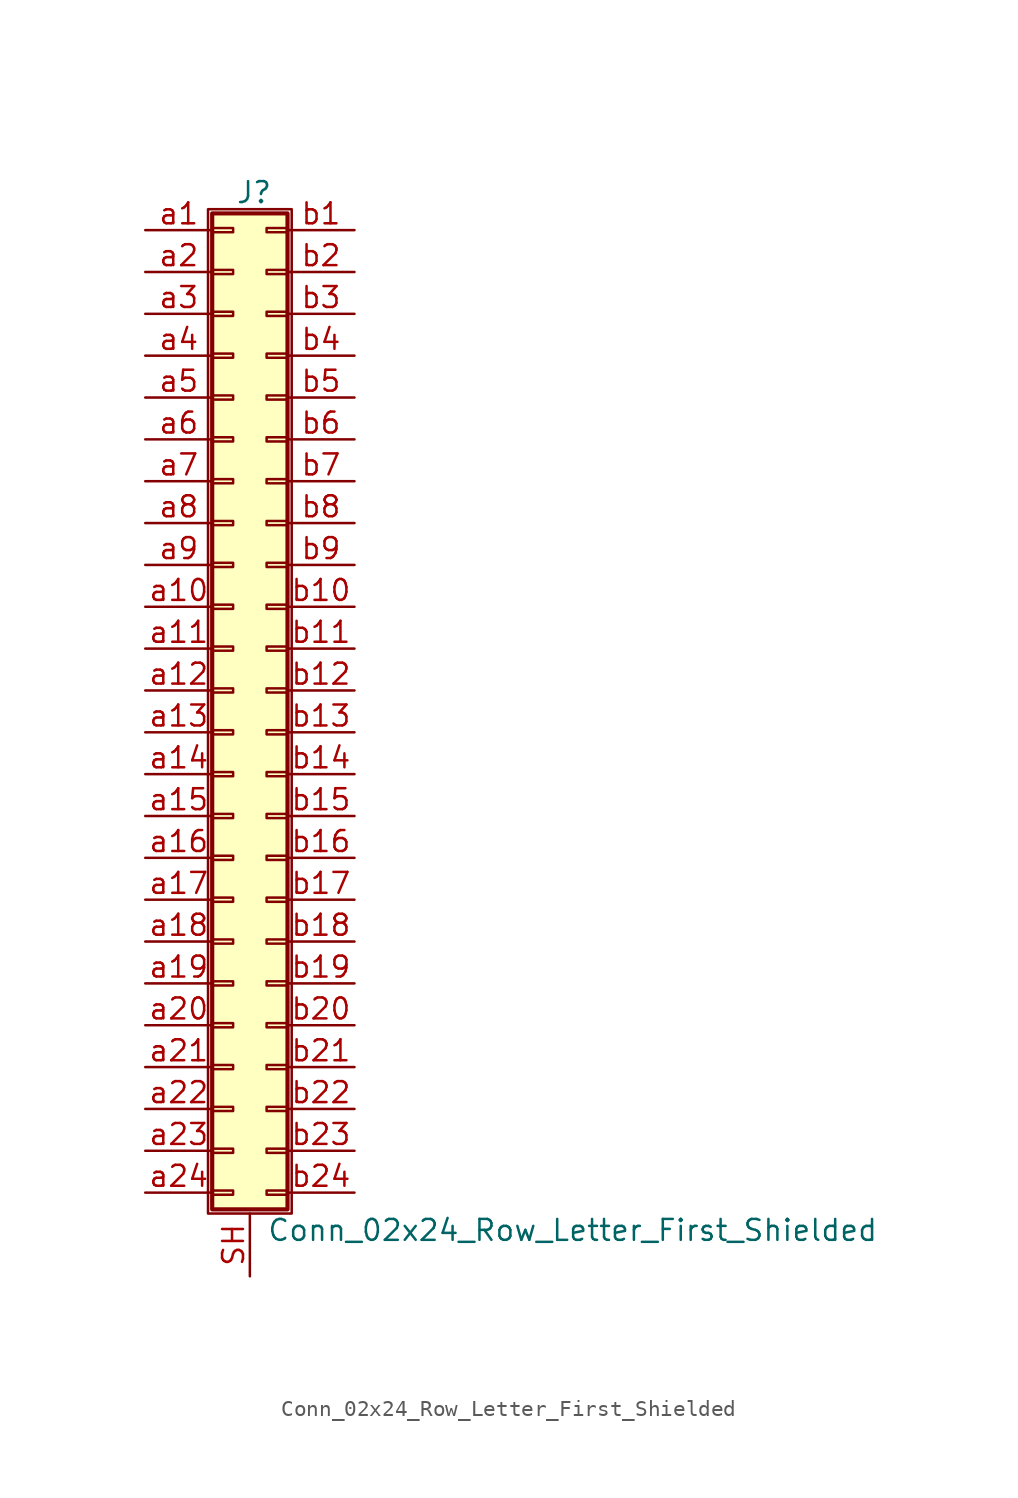
<source format=kicad_sym>
(kicad_symbol_lib
  (version 20201005)
  (generator kicad_symbol_editor)
  (symbol "Connector_Generic_Shielded:Conn_02x24_Row_Letter_First_Shielded"
    (pin_names
      (offset 1.016) hide)
    (property "Reference" "J"
      (at 1.524 30.226 0)
      (effects (font (size 1.27 1.27))))
    (property "Value" "Conn_02x24_Row_Letter_First_Shielded"
      (at 2.286 -32.766 0)
      (effects (font (size 1.27 1.27)) (justify left)))
    (symbol "Conn_02x24_Row_Letter_First_Shielded_1_1"
      (rectangle (start -1.016 -27.813) (end 0.254 -28.067) (stroke (width 0.152)) (fill (type none)))
      (rectangle (start -1.016 -30.353) (end 0.254 -30.607) (stroke (width 0.152)) (fill (type none)))
      (rectangle (start -1.016 -4.953) (end 0.254 -5.207) (stroke (width 0.152)) (fill (type none)))
      (rectangle (start -1.016 -7.493) (end 0.254 -7.747) (stroke (width 0.152)) (fill (type none)))
      (rectangle (start -1.016 -10.033) (end 0.254 -10.287) (stroke (width 0.152)) (fill (type none)))
      (rectangle (start -1.016 -12.573) (end 0.254 -12.827) (stroke (width 0.152)) (fill (type none)))
      (rectangle (start -1.016 -15.113) (end 0.254 -15.367) (stroke (width 0.152)) (fill (type none)))
      (rectangle (start -1.016 -17.653) (end 0.254 -17.907) (stroke (width 0.152)) (fill (type none)))
      (rectangle (start -1.016 -20.193) (end 0.254 -20.447) (stroke (width 0.152)) (fill (type none)))
      (rectangle (start -1.016 -22.733) (end 0.254 -22.987) (stroke (width 0.152)) (fill (type none)))
      (rectangle (start -1.016 -2.413) (end 0.254 -2.667) (stroke (width 0.152)) (fill (type none)))
      (rectangle (start -1.016 -25.273) (end 0.254 -25.527) (stroke (width 0.152)) (fill (type none)))
      (rectangle (start -1.016 25.527) (end 0.254 25.273) (stroke (width 0.152)) (fill (type none)))
      (rectangle (start -1.016 2.667) (end 0.254 2.413) (stroke (width 0.152)) (fill (type none)))
      (rectangle (start -1.016 28.067) (end 0.254 27.813) (stroke (width 0.152)) (fill (type none)))
      (rectangle (start -1.016 28.956) (end 3.556 -31.496) (stroke (width 0.254)) (fill (type background)))
      (rectangle (start -1.016 5.207) (end 0.254 4.953) (stroke (width 0.152)) (fill (type none)))
      (rectangle (start -1.016 7.747) (end 0.254 7.493) (stroke (width 0.152)) (fill (type none)))
      (rectangle (start -1.016 10.287) (end 0.254 10.033) (stroke (width 0.152)) (fill (type none)))
      (rectangle (start -1.016 0.127) (end 0.254 -0.127) (stroke (width 0.152)) (fill (type none)))
      (rectangle (start -1.016 12.827) (end 0.254 12.573) (stroke (width 0.152)) (fill (type none)))
      (rectangle (start -1.016 15.367) (end 0.254 15.113) (stroke (width 0.152)) (fill (type none)))
      (rectangle (start -1.016 17.907) (end 0.254 17.653) (stroke (width 0.152)) (fill (type none)))
      (rectangle (start -1.016 20.447) (end 0.254 20.193) (stroke (width 0.152)) (fill (type none)))
      (rectangle (start -1.016 22.987) (end 0.254 22.733) (stroke (width 0.152)) (fill (type none)))
      (rectangle (start -1.27 29.21) (end 3.81 -31.75) (stroke (width 0.152)) (fill (type none)))
      (rectangle (start 3.556 -27.813) (end 2.286 -28.067) (stroke (width 0.152)) (fill (type none)))
      (rectangle (start 3.556 -30.353) (end 2.286 -30.607) (stroke (width 0.152)) (fill (type none)))
      (rectangle (start 3.556 -4.953) (end 2.286 -5.207) (stroke (width 0.152)) (fill (type none)))
      (rectangle (start 3.556 -7.493) (end 2.286 -7.747) (stroke (width 0.152)) (fill (type none)))
      (rectangle (start 3.556 -10.033) (end 2.286 -10.287) (stroke (width 0.152)) (fill (type none)))
      (rectangle (start 3.556 -12.573) (end 2.286 -12.827) (stroke (width 0.152)) (fill (type none)))
      (rectangle (start 3.556 -15.113) (end 2.286 -15.367) (stroke (width 0.152)) (fill (type none)))
      (rectangle (start 3.556 -17.653) (end 2.286 -17.907) (stroke (width 0.152)) (fill (type none)))
      (rectangle (start 3.556 -20.193) (end 2.286 -20.447) (stroke (width 0.152)) (fill (type none)))
      (rectangle (start 3.556 -22.733) (end 2.286 -22.987) (stroke (width 0.152)) (fill (type none)))
      (rectangle (start 3.556 -2.413) (end 2.286 -2.667) (stroke (width 0.152)) (fill (type none)))
      (rectangle (start 3.556 -25.273) (end 2.286 -25.527) (stroke (width 0.152)) (fill (type none)))
      (rectangle (start 3.556 25.527) (end 2.286 25.273) (stroke (width 0.152)) (fill (type none)))
      (rectangle (start 3.556 2.667) (end 2.286 2.413) (stroke (width 0.152)) (fill (type none)))
      (rectangle (start 3.556 28.067) (end 2.286 27.813) (stroke (width 0.152)) (fill (type none)))
      (rectangle (start 3.556 5.207) (end 2.286 4.953) (stroke (width 0.152)) (fill (type none)))
      (rectangle (start 3.556 7.747) (end 2.286 7.493) (stroke (width 0.152)) (fill (type none)))
      (rectangle (start 3.556 10.287) (end 2.286 10.033) (stroke (width 0.152)) (fill (type none)))
      (rectangle (start 3.556 0.127) (end 2.286 -0.127) (stroke (width 0.152)) (fill (type none)))
      (rectangle (start 3.556 12.827) (end 2.286 12.573) (stroke (width 0.152)) (fill (type none)))
      (rectangle (start 3.556 15.367) (end 2.286 15.113) (stroke (width 0.152)) (fill (type none)))
      (rectangle (start 3.556 17.907) (end 2.286 17.653) (stroke (width 0.152)) (fill (type none)))
      (rectangle (start 3.556 20.447) (end 2.286 20.193) (stroke (width 0.152)) (fill (type none)))
      (rectangle (start 3.556 22.987) (end 2.286 22.733) (stroke (width 0.152)) (fill (type none)))
      (pin passive line (at -5.08 27.94 0) (length 4.064) (name "Pin_a1" (effects (font (size 1.27 1.27)))) (number "a1" (effects (font (size 1.27 1.27)))))
      (pin passive line (at -5.08 5.08 0) (length 4.064) (name "Pin_a10" (effects (font (size 1.27 1.27)))) (number "a10" (effects (font (size 1.27 1.27)))))
      (pin passive line (at -5.08 2.54 0) (length 4.064) (name "Pin_a11" (effects (font (size 1.27 1.27)))) (number "a11" (effects (font (size 1.27 1.27)))))
      (pin passive line (at -5.08 0 0) (length 4.064) (name "Pin_a12" (effects (font (size 1.27 1.27)))) (number "a12" (effects (font (size 1.27 1.27)))))
      (pin passive line (at -5.08 -2.54 0) (length 4.064) (name "Pin_a13" (effects (font (size 1.27 1.27)))) (number "a13" (effects (font (size 1.27 1.27)))))
      (pin passive line (at -5.08 -5.08 0) (length 4.064) (name "Pin_a14" (effects (font (size 1.27 1.27)))) (number "a14" (effects (font (size 1.27 1.27)))))
      (pin passive line (at -5.08 -7.62 0) (length 4.064) (name "Pin_a15" (effects (font (size 1.27 1.27)))) (number "a15" (effects (font (size 1.27 1.27)))))
      (pin passive line (at -5.08 -10.16 0) (length 4.064) (name "Pin_a16" (effects (font (size 1.27 1.27)))) (number "a16" (effects (font (size 1.27 1.27)))))
      (pin passive line (at -5.08 -12.7 0) (length 4.064) (name "Pin_a17" (effects (font (size 1.27 1.27)))) (number "a17" (effects (font (size 1.27 1.27)))))
      (pin passive line (at -5.08 -15.24 0) (length 4.064) (name "Pin_a18" (effects (font (size 1.27 1.27)))) (number "a18" (effects (font (size 1.27 1.27)))))
      (pin passive line (at -5.08 -17.78 0) (length 4.064) (name "Pin_a19" (effects (font (size 1.27 1.27)))) (number "a19" (effects (font (size 1.27 1.27)))))
      (pin passive line (at -5.08 25.4 0) (length 4.064) (name "Pin_a2" (effects (font (size 1.27 1.27)))) (number "a2" (effects (font (size 1.27 1.27)))))
      (pin passive line (at -5.08 -20.32 0) (length 4.064) (name "Pin_a20" (effects (font (size 1.27 1.27)))) (number "a20" (effects (font (size 1.27 1.27)))))
      (pin passive line (at -5.08 -22.86 0) (length 4.064) (name "Pin_a21" (effects (font (size 1.27 1.27)))) (number "a21" (effects (font (size 1.27 1.27)))))
      (pin passive line (at -5.08 -25.4 0) (length 4.064) (name "Pin_a22" (effects (font (size 1.27 1.27)))) (number "a22" (effects (font (size 1.27 1.27)))))
      (pin passive line (at -5.08 -27.94 0) (length 4.064) (name "Pin_a23" (effects (font (size 1.27 1.27)))) (number "a23" (effects (font (size 1.27 1.27)))))
      (pin passive line (at -5.08 -30.48 0) (length 4.064) (name "Pin_a24" (effects (font (size 1.27 1.27)))) (number "a24" (effects (font (size 1.27 1.27)))))
      (pin passive line (at -5.08 22.86 0) (length 4.064) (name "Pin_a3" (effects (font (size 1.27 1.27)))) (number "a3" (effects (font (size 1.27 1.27)))))
      (pin passive line (at -5.08 20.32 0) (length 4.064) (name "Pin_a4" (effects (font (size 1.27 1.27)))) (number "a4" (effects (font (size 1.27 1.27)))))
      (pin passive line (at -5.08 17.78 0) (length 4.064) (name "Pin_a5" (effects (font (size 1.27 1.27)))) (number "a5" (effects (font (size 1.27 1.27)))))
      (pin passive line (at -5.08 15.24 0) (length 4.064) (name "Pin_a6" (effects (font (size 1.27 1.27)))) (number "a6" (effects (font (size 1.27 1.27)))))
      (pin passive line (at -5.08 12.7 0) (length 4.064) (name "Pin_a7" (effects (font (size 1.27 1.27)))) (number "a7" (effects (font (size 1.27 1.27)))))
      (pin passive line (at -5.08 10.16 0) (length 4.064) (name "Pin_a8" (effects (font (size 1.27 1.27)))) (number "a8" (effects (font (size 1.27 1.27)))))
      (pin passive line (at -5.08 7.62 0) (length 4.064) (name "Pin_a9" (effects (font (size 1.27 1.27)))) (number "a9" (effects (font (size 1.27 1.27)))))
      (pin passive line (at 7.62 27.94 180) (length 4.064) (name "Pin_b1" (effects (font (size 1.27 1.27)))) (number "b1" (effects (font (size 1.27 1.27)))))
      (pin passive line (at 7.62 5.08 180) (length 4.064) (name "Pin_b10" (effects (font (size 1.27 1.27)))) (number "b10" (effects (font (size 1.27 1.27)))))
      (pin passive line (at 7.62 2.54 180) (length 4.064) (name "Pin_b11" (effects (font (size 1.27 1.27)))) (number "b11" (effects (font (size 1.27 1.27)))))
      (pin passive line (at 7.62 0 180) (length 4.064) (name "Pin_b12" (effects (font (size 1.27 1.27)))) (number "b12" (effects (font (size 1.27 1.27)))))
      (pin passive line (at 7.62 -2.54 180) (length 4.064) (name "Pin_b13" (effects (font (size 1.27 1.27)))) (number "b13" (effects (font (size 1.27 1.27)))))
      (pin passive line (at 7.62 -5.08 180) (length 4.064) (name "Pin_b14" (effects (font (size 1.27 1.27)))) (number "b14" (effects (font (size 1.27 1.27)))))
      (pin passive line (at 7.62 -7.62 180) (length 4.064) (name "Pin_b15" (effects (font (size 1.27 1.27)))) (number "b15" (effects (font (size 1.27 1.27)))))
      (pin passive line (at 7.62 -10.16 180) (length 4.064) (name "Pin_b16" (effects (font (size 1.27 1.27)))) (number "b16" (effects (font (size 1.27 1.27)))))
      (pin passive line (at 7.62 -12.7 180) (length 4.064) (name "Pin_b17" (effects (font (size 1.27 1.27)))) (number "b17" (effects (font (size 1.27 1.27)))))
      (pin passive line (at 7.62 -15.24 180) (length 4.064) (name "Pin_b18" (effects (font (size 1.27 1.27)))) (number "b18" (effects (font (size 1.27 1.27)))))
      (pin passive line (at 7.62 -17.78 180) (length 4.064) (name "Pin_b19" (effects (font (size 1.27 1.27)))) (number "b19" (effects (font (size 1.27 1.27)))))
      (pin passive line (at 7.62 25.4 180) (length 4.064) (name "Pin_b2" (effects (font (size 1.27 1.27)))) (number "b2" (effects (font (size 1.27 1.27)))))
      (pin passive line (at 7.62 -20.32 180) (length 4.064) (name "Pin_b20" (effects (font (size 1.27 1.27)))) (number "b20" (effects (font (size 1.27 1.27)))))
      (pin passive line (at 7.62 -22.86 180) (length 4.064) (name "Pin_b21" (effects (font (size 1.27 1.27)))) (number "b21" (effects (font (size 1.27 1.27)))))
      (pin passive line (at 7.62 -25.4 180) (length 4.064) (name "Pin_b22" (effects (font (size 1.27 1.27)))) (number "b22" (effects (font (size 1.27 1.27)))))
      (pin passive line (at 7.62 -27.94 180) (length 4.064) (name "Pin_b23" (effects (font (size 1.27 1.27)))) (number "b23" (effects (font (size 1.27 1.27)))))
      (pin passive line (at 7.62 -30.48 180) (length 4.064) (name "Pin_b24" (effects (font (size 1.27 1.27)))) (number "b24" (effects (font (size 1.27 1.27)))))
      (pin passive line (at 7.62 22.86 180) (length 4.064) (name "Pin_b3" (effects (font (size 1.27 1.27)))) (number "b3" (effects (font (size 1.27 1.27)))))
      (pin passive line (at 7.62 20.32 180) (length 4.064) (name "Pin_b4" (effects (font (size 1.27 1.27)))) (number "b4" (effects (font (size 1.27 1.27)))))
      (pin passive line (at 7.62 17.78 180) (length 4.064) (name "Pin_b5" (effects (font (size 1.27 1.27)))) (number "b5" (effects (font (size 1.27 1.27)))))
      (pin passive line (at 7.62 15.24 180) (length 4.064) (name "Pin_b6" (effects (font (size 1.27 1.27)))) (number "b6" (effects (font (size 1.27 1.27)))))
      (pin passive line (at 7.62 12.7 180) (length 4.064) (name "Pin_b7" (effects (font (size 1.27 1.27)))) (number "b7" (effects (font (size 1.27 1.27)))))
      (pin passive line (at 7.62 10.16 180) (length 4.064) (name "Pin_b8" (effects (font (size 1.27 1.27)))) (number "b8" (effects (font (size 1.27 1.27)))))
      (pin passive line (at 7.62 7.62 180) (length 4.064) (name "Pin_b9" (effects (font (size 1.27 1.27)))) (number "b9" (effects (font (size 1.27 1.27)))))
      (pin passive line (at 1.27 -35.56 90) (length 3.81) (name "Shield" (effects (font (size 1.27 1.27)))) (number "SH" (effects (font (size 1.27 1.27))))))))
</source>
